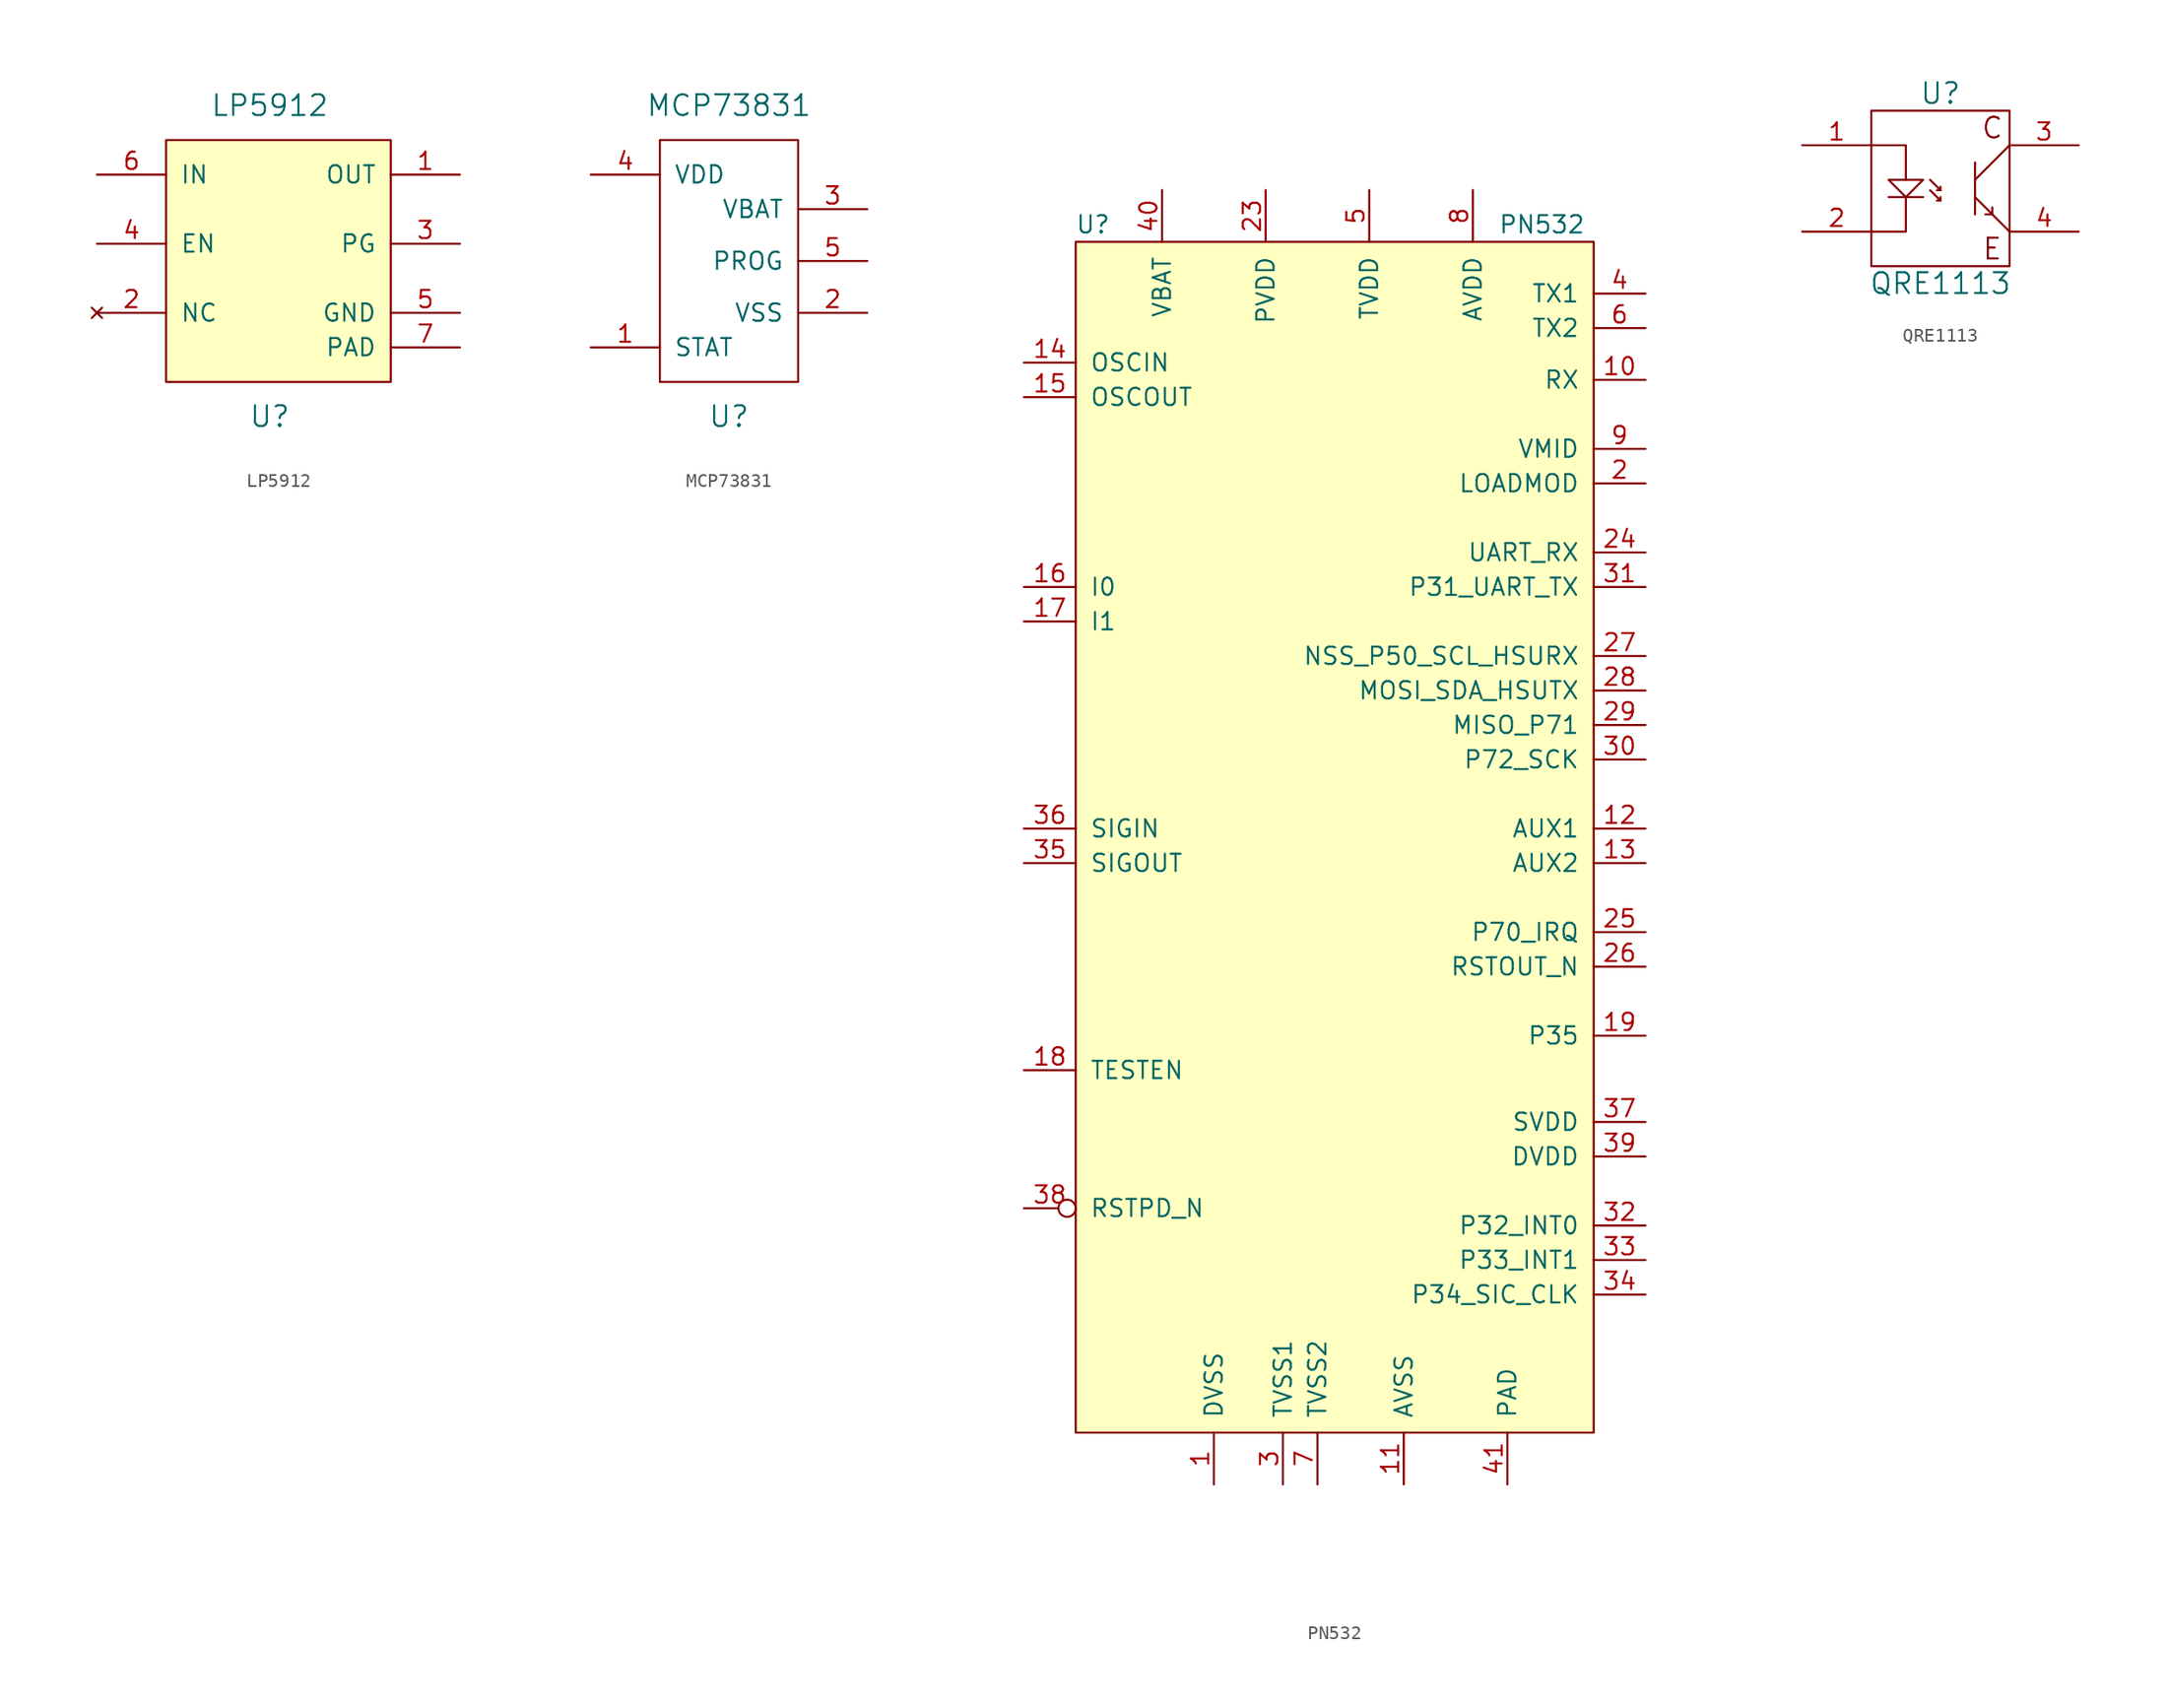
<source format=kicad_sym>
(kicad_symbol_lib
  (version 20231120)
  (generator "kicad_symbol_editor")
  (generator_version "8.0")
  (symbol "LP5912"
    (pin_names
      (offset 1.016))
    (property "Reference" "U"
      (at 0 -12.7 0)
      (effects (font (size 1.524 1.524))))
    (property "Value" "LP5912"
      (at 0 10.16 0)
      (effects (font (size 1.524 1.524))))
    (symbol "LP5912_0_1"
      (rectangle (start -7.62 7.62) (end 8.89 -10.16) (stroke (width 0) (type solid)) (fill (type background))))
    (symbol "LP5912_1_1"
      (pin power_out line (at 13.97 5.08 180) (length 5.08) (name "OUT" (effects (font (size 1.27 1.27)))) (number "1" (effects (font (size 1.27 1.27)))))
      (pin no_connect line (at -12.7 -5.08 0) (length 5.08) (name "NC" (effects (font (size 1.27 1.27)))) (number "2" (effects (font (size 1.27 1.27)))))
      (pin input line (at 13.97 0 180) (length 5.08) (name "PG" (effects (font (size 1.27 1.27)))) (number "3" (effects (font (size 1.27 1.27)))))
      (pin input line (at -12.7 0 0) (length 5.08) (name "EN" (effects (font (size 1.27 1.27)))) (number "4" (effects (font (size 1.27 1.27)))))
      (pin power_in line (at 13.97 -5.08 180) (length 5.08) (name "GND" (effects (font (size 1.27 1.27)))) (number "5" (effects (font (size 1.27 1.27)))))
      (pin power_in line (at -12.7 5.08 0) (length 5.08) (name "IN" (effects (font (size 1.27 1.27)))) (number "6" (effects (font (size 1.27 1.27)))))
      (pin passive line (at 13.97 -7.62 180) (length 5.08) (name "PAD" (effects (font (size 1.27 1.27)))) (number "7" (effects (font (size 1.27 1.27)))))))
  (symbol "MCP73831"
    (pin_names
      (offset 1.016))
    (property "Reference" "U"
      (at 0 -10.16 0)
      (effects (font (size 1.524 1.524))))
    (property "Value" "MCP73831"
      (at 0 12.7 0)
      (effects (font (size 1.524 1.524))))
    (symbol "MCP73831_0_1"
      (rectangle (start -5.08 10.16) (end 5.08 -7.62) (stroke (width 0) (type solid)) (fill (type none))))
    (symbol "MCP73831_1_1"
      (pin power_out line (at -10.16 -5.08 0) (length 5.08) (name "STAT" (effects (font (size 1.27 1.27)))) (number "1" (effects (font (size 1.27 1.27)))))
      (pin power_in line (at 10.16 -2.54 180) (length 5.08) (name "VSS" (effects (font (size 1.27 1.27)))) (number "2" (effects (font (size 1.27 1.27)))))
      (pin power_out line (at 10.16 5.08 180) (length 5.08) (name "VBAT" (effects (font (size 1.27 1.27)))) (number "3" (effects (font (size 1.27 1.27)))))
      (pin power_in line (at -10.16 7.62 0) (length 5.08) (name "VDD" (effects (font (size 1.27 1.27)))) (number "4" (effects (font (size 1.27 1.27)))))
      (pin input line (at 10.16 1.27 180) (length 5.08) (name "PROG" (effects (font (size 1.27 1.27)))) (number "5" (effects (font (size 1.27 1.27)))))))
  (symbol "PN532"
    (pin_names
      (offset 1.016))
    (property "Reference" "U"
      (at -17.78 15.24 0)
      (effects (font (size 1.27 1.27))))
    (property "Value" "PN532"
      (at 15.24 15.24 0)
      (effects (font (size 1.27 1.27))))
    (symbol "PN532_0_1"
      (rectangle (start -19.05 13.97) (end 19.05 -73.66) (stroke (width 0) (type solid)) (fill (type background))))
    (symbol "PN532_1_1"
      (pin power_in line (at -8.89 -77.47 90) (length 3.81) (name "DVSS" (effects (font (size 1.27 1.27)))) (number "1" (effects (font (size 1.27 1.27)))))
      (pin input line (at 22.86 3.81 180) (length 3.81) (name "RX" (effects (font (size 1.27 1.27)))) (number "10" (effects (font (size 1.27 1.27)))))
      (pin power_in line (at 5.08 -77.47 90) (length 3.81) (name "AVSS" (effects (font (size 1.27 1.27)))) (number "11" (effects (font (size 1.27 1.27)))))
      (pin output line (at 22.86 -29.21 180) (length 3.81) (name "AUX1" (effects (font (size 1.27 1.27)))) (number "12" (effects (font (size 1.27 1.27)))))
      (pin output line (at 22.86 -31.75 180) (length 3.81) (name "AUX2" (effects (font (size 1.27 1.27)))) (number "13" (effects (font (size 1.27 1.27)))))
      (pin input line (at -22.86 5.08 0) (length 3.81) (name "OSCIN" (effects (font (size 1.27 1.27)))) (number "14" (effects (font (size 1.27 1.27)))))
      (pin output line (at -22.86 2.54 0) (length 3.81) (name "OSCOUT" (effects (font (size 1.27 1.27)))) (number "15" (effects (font (size 1.27 1.27)))))
      (pin input line (at -22.86 -11.43 0) (length 3.81) (name "I0" (effects (font (size 1.27 1.27)))) (number "16" (effects (font (size 1.27 1.27)))))
      (pin input line (at -22.86 -13.97 0) (length 3.81) (name "I1" (effects (font (size 1.27 1.27)))) (number "17" (effects (font (size 1.27 1.27)))))
      (pin input line (at -22.86 -46.99 0) (length 3.81) (name "TESTEN" (effects (font (size 1.27 1.27)))) (number "18" (effects (font (size 1.27 1.27)))))
      (pin bidirectional line (at 22.86 -44.45 180) (length 3.81) (name "P35" (effects (font (size 1.27 1.27)))) (number "19" (effects (font (size 1.27 1.27)))))
      (pin output line (at 22.86 -3.81 180) (length 3.81) (name "LOADMOD" (effects (font (size 1.27 1.27)))) (number "2" (effects (font (size 1.27 1.27)))))
      (pin power_in line (at -5.08 17.78 270) (length 3.81) (name "PVDD" (effects (font (size 1.27 1.27)))) (number "23" (effects (font (size 1.27 1.27)))))
      (pin bidirectional line (at 22.86 -8.89 180) (length 3.81) (name "UART_RX" (effects (font (size 1.27 1.27)))) (number "24" (effects (font (size 1.27 1.27)))))
      (pin bidirectional line (at 22.86 -36.83 180) (length 3.81) (name "P70_IRQ" (effects (font (size 1.27 1.27)))) (number "25" (effects (font (size 1.27 1.27)))))
      (pin output line (at 22.86 -39.37 180) (length 3.81) (name "RSTOUT_N" (effects (font (size 1.27 1.27)))) (number "26" (effects (font (size 1.27 1.27)))))
      (pin bidirectional line (at 22.86 -16.51 180) (length 3.81) (name "NSS_P50_SCL_HSURX" (effects (font (size 1.27 1.27)))) (number "27" (effects (font (size 1.27 1.27)))))
      (pin bidirectional line (at 22.86 -19.05 180) (length 3.81) (name "MOSI_SDA_HSUTX" (effects (font (size 1.27 1.27)))) (number "28" (effects (font (size 1.27 1.27)))))
      (pin bidirectional line (at 22.86 -21.59 180) (length 3.81) (name "MISO_P71" (effects (font (size 1.27 1.27)))) (number "29" (effects (font (size 1.27 1.27)))))
      (pin power_in line (at -3.81 -77.47 90) (length 3.81) (name "TVSS1" (effects (font (size 1.27 1.27)))) (number "3" (effects (font (size 1.27 1.27)))))
      (pin bidirectional line (at 22.86 -24.13 180) (length 3.81) (name "P72_SCK" (effects (font (size 1.27 1.27)))) (number "30" (effects (font (size 1.27 1.27)))))
      (pin bidirectional line (at 22.86 -11.43 180) (length 3.81) (name "P31_UART_TX" (effects (font (size 1.27 1.27)))) (number "31" (effects (font (size 1.27 1.27)))))
      (pin bidirectional line (at 22.86 -58.42 180) (length 3.81) (name "P32_INT0" (effects (font (size 1.27 1.27)))) (number "32" (effects (font (size 1.27 1.27)))))
      (pin bidirectional line (at 22.86 -60.96 180) (length 3.81) (name "P33_INT1" (effects (font (size 1.27 1.27)))) (number "33" (effects (font (size 1.27 1.27)))))
      (pin bidirectional line (at 22.86 -63.5 180) (length 3.81) (name "P34_SIC_CLK" (effects (font (size 1.27 1.27)))) (number "34" (effects (font (size 1.27 1.27)))))
      (pin output line (at -22.86 -31.75 0) (length 3.81) (name "SIGOUT" (effects (font (size 1.27 1.27)))) (number "35" (effects (font (size 1.27 1.27)))))
      (pin input line (at -22.86 -29.21 0) (length 3.81) (name "SIGIN" (effects (font (size 1.27 1.27)))) (number "36" (effects (font (size 1.27 1.27)))))
      (pin power_out line (at 22.86 -50.8 180) (length 3.81) (name "SVDD" (effects (font (size 1.27 1.27)))) (number "37" (effects (font (size 1.27 1.27)))))
      (pin input inverted (at -22.86 -57.15 0) (length 3.81) (name "RSTPD_N" (effects (font (size 1.27 1.27)))) (number "38" (effects (font (size 1.27 1.27)))))
      (pin power_out line (at 22.86 -53.34 180) (length 3.81) (name "DVDD" (effects (font (size 1.27 1.27)))) (number "39" (effects (font (size 1.27 1.27)))))
      (pin output line (at 22.86 10.16 180) (length 3.81) (name "TX1" (effects (font (size 1.27 1.27)))) (number "4" (effects (font (size 1.27 1.27)))))
      (pin power_in line (at -12.7 17.78 270) (length 3.81) (name "VBAT" (effects (font (size 1.27 1.27)))) (number "40" (effects (font (size 1.27 1.27)))))
      (pin power_in line (at 12.7 -77.47 90) (length 3.81) (name "PAD" (effects (font (size 1.27 1.27)))) (number "41" (effects (font (size 1.27 1.27)))))
      (pin power_in line (at 2.54 17.78 270) (length 3.81) (name "TVDD" (effects (font (size 1.27 1.27)))) (number "5" (effects (font (size 1.27 1.27)))))
      (pin output line (at 22.86 7.62 180) (length 3.81) (name "TX2" (effects (font (size 1.27 1.27)))) (number "6" (effects (font (size 1.27 1.27)))))
      (pin power_in line (at -1.27 -77.47 90) (length 3.81) (name "TVSS2" (effects (font (size 1.27 1.27)))) (number "7" (effects (font (size 1.27 1.27)))))
      (pin power_in line (at 10.16 17.78 270) (length 3.81) (name "AVDD" (effects (font (size 1.27 1.27)))) (number "8" (effects (font (size 1.27 1.27)))))
      (pin output line (at 22.86 -1.27 180) (length 3.81) (name "VMID" (effects (font (size 1.27 1.27)))) (number "9" (effects (font (size 1.27 1.27)))))))
  (symbol "QRE1113"
    (pin_names
      (offset 1.016))
    (property "Reference" "U"
      (at 0 8.89 0)
      (effects (font (size 1.524 1.524))))
    (property "Value" "QRE1113"
      (at 0 -5.08 0)
      (effects (font (size 1.524 1.524))))
    (symbol "QRE1113_0_0"
      (polyline (pts (xy -0.762 1.778) (xy 0 1.016)) (stroke (width 0) (type solid)) (fill (type none)))
      (polyline (pts (xy -0.762 2.54) (xy 0 1.778)) (stroke (width 0) (type solid)) (fill (type none)))
      (polyline (pts (xy 0 1.016) (xy -0.254 1.016)) (stroke (width 0) (type solid)) (fill (type none)))
      (polyline (pts (xy 0 1.016) (xy 0 1.27)) (stroke (width 0) (type solid)) (fill (type none)))
      (polyline (pts (xy 0 1.778) (xy -0.254 1.778)) (stroke (width 0) (type solid)) (fill (type none)))
      (polyline (pts (xy 0 1.778) (xy 0 1.778)) (stroke (width 0) (type solid)) (fill (type none)))
      (polyline (pts (xy 0 2.032) (xy 0 1.778)) (stroke (width 0) (type solid)) (fill (type none)))
      (polyline (pts (xy 3.81 0) (xy 3.302 0)) (stroke (width 0) (type solid)) (fill (type none)))
      (polyline (pts (xy 3.81 0) (xy 3.81 0.508)) (stroke (width 0) (type solid)) (fill (type none)))
      (polyline (pts (xy -2.54 1.27) (xy -2.54 -1.27) (xy -5.08 -1.27)) (stroke (width 0) (type solid)) (fill (type none)))
      (polyline (pts (xy -2.54 2.54) (xy -2.54 5.08) (xy -5.08 5.08)) (stroke (width 0) (type solid)) (fill (type none)))
      (rectangle (start 5.08 7.62) (end -5.08 -3.81) (stroke (width 0) (type solid)) (fill (type none)))
      (text "C" (at 3.81 6.35 0) (effects (font (size 1.524 1.524))))
      (text "E" (at 3.81 -2.54 0) (effects (font (size 1.524 1.524)))))
    (symbol "QRE1113_0_1"
      (polyline (pts (xy -3.81 1.27) (xy -1.27 1.27)) (stroke (width 0) (type solid)) (fill (type none)))
      (polyline (pts (xy 2.54 2.54) (xy 5.08 5.08)) (stroke (width 0) (type solid)) (fill (type none)))
      (polyline (pts (xy 2.54 3.81) (xy 2.54 0)) (stroke (width 0) (type solid)) (fill (type none)))
      (polyline (pts (xy 5.08 -1.27) (xy 2.54 1.27)) (stroke (width 0) (type solid)) (fill (type none)))
      (polyline (pts (xy -3.81 2.54) (xy -1.27 2.54) (xy -2.54 1.27) (xy -3.81 2.54)) (stroke (width 0) (type solid)) (fill (type none))))
    (symbol "QRE1113_1_1"
      (pin passive line (at -10.16 5.08 0) (length 5.08) (name "~" (effects (font (size 1.27 1.27)))) (number "1" (effects (font (size 1.27 1.27)))))
      (pin passive line (at -10.16 -1.27 0) (length 5.08) (name "~" (effects (font (size 1.27 1.27)))) (number "2" (effects (font (size 1.27 1.27)))))
      (pin passive line (at 10.16 5.08 180) (length 5.08) (name "~" (effects (font (size 1.27 1.27)))) (number "3" (effects (font (size 1.27 1.27)))))
      (pin passive line (at 10.16 -1.27 180) (length 5.08) (name "~" (effects (font (size 1.27 1.27)))) (number "4" (effects (font (size 1.27 1.27))))))))
</source>
